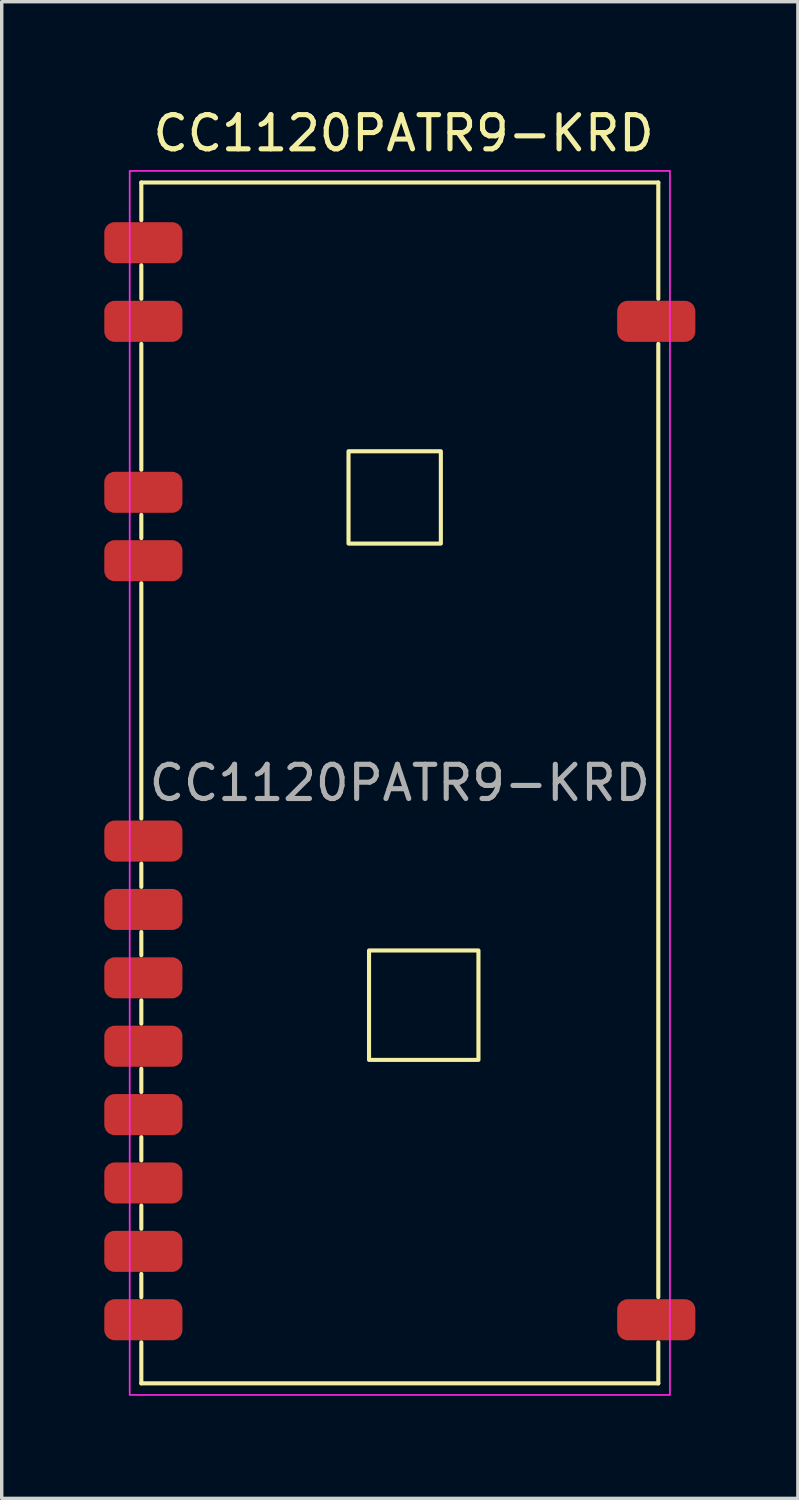
<source format=kicad_pcb>
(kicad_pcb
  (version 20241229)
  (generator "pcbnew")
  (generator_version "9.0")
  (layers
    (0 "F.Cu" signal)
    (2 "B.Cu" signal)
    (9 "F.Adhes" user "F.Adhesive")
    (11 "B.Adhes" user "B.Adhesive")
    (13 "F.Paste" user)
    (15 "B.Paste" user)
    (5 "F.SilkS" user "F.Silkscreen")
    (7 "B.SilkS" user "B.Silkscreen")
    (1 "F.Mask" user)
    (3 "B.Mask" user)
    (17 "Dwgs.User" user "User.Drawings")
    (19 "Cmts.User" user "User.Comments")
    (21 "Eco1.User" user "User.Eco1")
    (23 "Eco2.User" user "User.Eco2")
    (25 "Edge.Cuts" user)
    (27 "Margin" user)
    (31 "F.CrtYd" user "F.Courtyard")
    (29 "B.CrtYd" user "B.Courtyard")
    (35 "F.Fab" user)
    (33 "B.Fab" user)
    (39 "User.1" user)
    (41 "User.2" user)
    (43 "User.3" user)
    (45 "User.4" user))
  (footprint "CC1120PATR9-KRD"
    (layer "F.Cu")
    (at 8.643 19.848)
    (property "Reference" "CC1120PATR9-KRD" (at 0.11 -19 0) (unlocked yes) (layer "F.SilkS") (effects (font (size 1 1) (thickness 0.15))))
    (attr smd)
    (fp_line (start -7.56 -17.56) (end 7.56 -17.56) (stroke (width 0.12) (type solid)) (layer "F.SilkS"))
    (fp_line (start -7.56 -16.46) (end -7.56 -17.56) (stroke (width 0.12) (type solid)) (layer "F.SilkS"))
    (fp_line (start -7.56 -15.14) (end -7.56 -14.16) (stroke (width 0.12) (type solid)) (layer "F.SilkS"))
    (fp_line (start -7.56 -12.84) (end -7.56 -9.16) (stroke (width 0.12) (type solid)) (layer "F.SilkS"))
    (fp_line (start -7.56 -7.84) (end -7.56 -7.16) (stroke (width 0.12) (type solid)) (layer "F.SilkS"))
    (fp_line (start -7.56 -5.84) (end -7.56 1.04) (stroke (width 0.12) (type solid)) (layer "F.SilkS"))
    (fp_line (start -7.56 2.36) (end -7.56 3.04) (stroke (width 0.12) (type solid)) (layer "F.SilkS"))
    (fp_line (start -7.56 4.36) (end -7.56 5.04) (stroke (width 0.12) (type solid)) (layer "F.SilkS"))
    (fp_line (start -7.56 6.36) (end -7.56 7.04) (stroke (width 0.12) (type solid)) (layer "F.SilkS"))
    (fp_line (start -7.56 8.36) (end -7.56 9.04) (stroke (width 0.12) (type solid)) (layer "F.SilkS"))
    (fp_line (start -7.56 10.36) (end -7.56 11.04) (stroke (width 0.12) (type solid)) (layer "F.SilkS"))
    (fp_line (start -7.56 12.36) (end -7.56 13.04) (stroke (width 0.12) (type solid)) (layer "F.SilkS"))
    (fp_line (start -7.56 14.36) (end -7.56 15.04) (stroke (width 0.12) (type solid)) (layer "F.SilkS"))
    (fp_line (start -7.56 16.36) (end -7.56 17.56) (stroke (width 0.12) (type solid)) (layer "F.SilkS"))
    (fp_line (start 7.56 -14.16) (end 7.56 -17.56) (stroke (width 0.12) (type solid)) (layer "F.SilkS"))
    (fp_line (start 7.56 -12.84) (end 7.56 15.04) (stroke (width 0.12) (type solid)) (layer "F.SilkS"))
    (fp_line (start 7.56 17.56) (end -7.56 17.56) (stroke (width 0.12) (type solid)) (layer "F.SilkS"))
    (fp_line (start 7.56 17.56) (end 7.56 16.36) (stroke (width 0.12) (type solid)) (layer "F.SilkS"))
    (fp_rect (start -1.5 -9.7) (end 1.2 -7) (stroke (width 0.12) (type solid)) (fill no) (layer "F.SilkS"))
    (fp_rect (start 2.3 8.1) (end -0.9 4.9) (stroke (width 0.12) (type solid)) (fill no) (layer "F.SilkS"))
    (fp_rect (start -7.9 -17.9) (end 7.9 17.9) (stroke (width 0.05) (type solid)) (fill no) (layer "F.CrtYd"))
    (fp_text user "${REFERENCE}" (at 0 0 0) (unlocked yes) (layer "F.Fab") (effects (font (size 1 1) (thickness 0.15))))
    (pad "1" smd roundrect (at -7.5 -15.8) (size 2.286 1.2) (layers "F.Cu" "F.Mask" "F.Paste") (roundrect_rratio 0.25))
    (pad "2" smd roundrect (at -7.5 -13.5) (size 2.286 1.2) (layers "F.Cu" "F.Mask" "F.Paste") (roundrect_rratio 0.25))
    (pad "3" smd roundrect (at -7.5 -8.5) (size 2.286 1.2) (layers "F.Cu" "F.Mask" "F.Paste") (roundrect_rratio 0.25))
    (pad "4" smd roundrect (at -7.5 -6.5) (size 2.286 1.2) (layers "F.Cu" "F.Mask" "F.Paste") (roundrect_rratio 0.25))
    (pad "5" smd roundrect (at -7.5 1.7) (size 2.286 1.2) (layers "F.Cu" "F.Mask" "F.Paste") (roundrect_rratio 0.25))
    (pad "6" smd roundrect (at -7.5 3.7) (size 2.286 1.2) (layers "F.Cu" "F.Mask" "F.Paste") (roundrect_rratio 0.25))
    (pad "7" smd roundrect (at -7.5 5.7) (size 2.286 1.2) (layers "F.Cu" "F.Mask" "F.Paste") (roundrect_rratio 0.25))
    (pad "8" smd roundrect (at -7.5 7.7) (size 2.286 1.2) (layers "F.Cu" "F.Mask" "F.Paste") (roundrect_rratio 0.25))
    (pad "9" smd roundrect (at -7.5 9.7) (size 2.286 1.2) (layers "F.Cu" "F.Mask" "F.Paste") (roundrect_rratio 0.25))
    (pad "10" smd roundrect (at -7.5 11.7) (size 2.286 1.2) (layers "F.Cu" "F.Mask" "F.Paste") (roundrect_rratio 0.25))
    (pad "11" smd roundrect (at -7.5 13.7) (size 2.286 1.2) (layers "F.Cu" "F.Mask" "F.Paste") (roundrect_rratio 0.25))
    (pad "12" smd roundrect (at -7.5 15.7) (size 2.286 1.2) (layers "F.Cu" "F.Mask" "F.Paste") (roundrect_rratio 0.25))
    (pad "13" smd roundrect (at 7.5 15.7) (size 2.286 1.2) (layers "F.Cu" "F.Mask" "F.Paste") (roundrect_rratio 0.25))
    (pad "14" smd roundrect (at 7.5 -13.5) (size 2.286 1.2) (layers "F.Cu" "F.Mask" "F.Paste") (roundrect_rratio 0.25))
    (zone (net_name "") (layer "F.Cu") (hatch edge 0.508) (connect_pads) (min_thickness 0.254) (filled_areas_thickness no) (keepout (tracks allowed) (vias allowed) (pads not_allowed) (copperpour allowed) (footprints allowed)) (placement (enabled no)) (fill) (polygon (pts (xy 9.743 12.748) (xy 7.243 12.748) (xy 7.243 10.248) (xy 9.743 10.248))))
    (zone (net_name "") (layer "F.Cu") (hatch edge 0.508) (connect_pads) (min_thickness 0.254) (filled_areas_thickness no) (keepout (tracks allowed) (vias allowed) (pads not_allowed) (copperpour allowed) (footprints allowed)) (placement (enabled no)) (fill) (polygon (pts (xy 10.843 27.848) (xy 7.843 27.848) (xy 7.843 24.848) (xy 10.843 24.848))))
    (zone (net_name "") (layer "F.Cu") (hatch edge 0.508) (connect_pads) (min_thickness 0.254) (filled_areas_thickness no) (keepout (tracks allowed) (vias allowed) (pads allowed) (copperpour allowed) (footprints not_allowed)) (placement (enabled no)) (fill) (polygon (pts (xy 16.143 37.348) (xy 1.143 37.348) (xy 1.143 2.348) (xy 16.143 2.348)))))
  (gr_rect
    (start -3 -3)
    (end 20.286 40.773)
    (stroke (width 0.1) (type default))
    (fill no)
    (layer "Edge.Cuts")))
</source>
